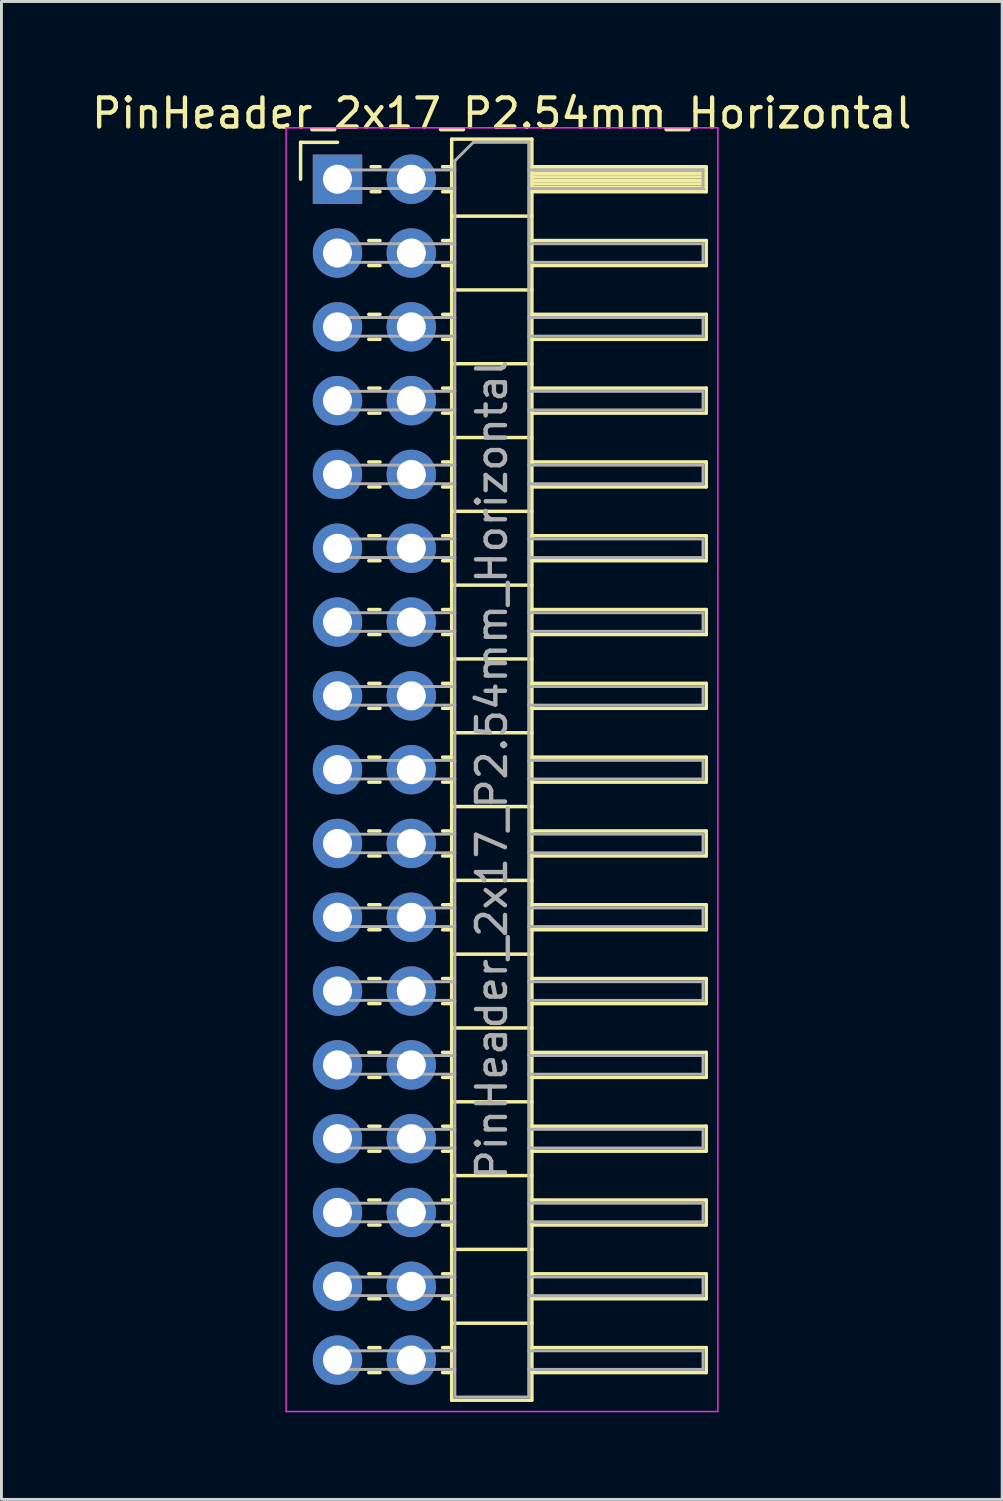
<source format=kicad_pcb>
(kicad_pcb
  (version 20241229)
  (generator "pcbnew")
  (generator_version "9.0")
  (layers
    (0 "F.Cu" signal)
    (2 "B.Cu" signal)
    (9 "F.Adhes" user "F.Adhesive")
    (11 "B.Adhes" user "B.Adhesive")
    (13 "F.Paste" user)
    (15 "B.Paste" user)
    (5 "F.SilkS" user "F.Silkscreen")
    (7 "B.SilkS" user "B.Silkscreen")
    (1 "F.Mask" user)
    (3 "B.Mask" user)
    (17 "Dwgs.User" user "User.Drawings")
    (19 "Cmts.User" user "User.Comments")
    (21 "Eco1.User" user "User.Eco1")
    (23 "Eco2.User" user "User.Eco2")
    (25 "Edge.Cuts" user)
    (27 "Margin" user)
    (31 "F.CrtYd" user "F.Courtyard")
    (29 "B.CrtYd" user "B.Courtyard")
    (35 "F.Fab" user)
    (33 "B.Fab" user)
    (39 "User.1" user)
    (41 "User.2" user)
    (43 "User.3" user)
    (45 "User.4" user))
  (footprint "PinHeader_2x17_P2.54mm_Horizontal"
    (layer "F.Cu")
    (at 8.565 3.118)
    (property "Reference" "PinHeader_2x17_P2.54mm_Horizontal" (at 5.655 -2.27 0) (layer "F.SilkS") (effects (font (size 1 1) (thickness 0.15))))
    (attr through_hole)
    (fp_line (start -1.27 -1.27) (end 0 -1.27) (stroke (width 0.12) (type solid)) (layer "F.SilkS"))
    (fp_line (start -1.27 0) (end -1.27 -1.27) (stroke (width 0.12) (type solid)) (layer "F.SilkS"))
    (fp_line (start 1.077 2.11) (end 1.463 2.11) (stroke (width 0.12) (type solid)) (layer "F.SilkS"))
    (fp_line (start 1.077 2.97) (end 1.463 2.97) (stroke (width 0.12) (type solid)) (layer "F.SilkS"))
    (fp_line (start 1.077 4.65) (end 1.463 4.65) (stroke (width 0.12) (type solid)) (layer "F.SilkS"))
    (fp_line (start 1.077 5.51) (end 1.463 5.51) (stroke (width 0.12) (type solid)) (layer "F.SilkS"))
    (fp_line (start 1.077 7.19) (end 1.463 7.19) (stroke (width 0.12) (type solid)) (layer "F.SilkS"))
    (fp_line (start 1.077 8.05) (end 1.463 8.05) (stroke (width 0.12) (type solid)) (layer "F.SilkS"))
    (fp_line (start 1.077 9.73) (end 1.463 9.73) (stroke (width 0.12) (type solid)) (layer "F.SilkS"))
    (fp_line (start 1.077 10.59) (end 1.463 10.59) (stroke (width 0.12) (type solid)) (layer "F.SilkS"))
    (fp_line (start 1.077 12.27) (end 1.463 12.27) (stroke (width 0.12) (type solid)) (layer "F.SilkS"))
    (fp_line (start 1.077 13.13) (end 1.463 13.13) (stroke (width 0.12) (type solid)) (layer "F.SilkS"))
    (fp_line (start 1.077 14.81) (end 1.463 14.81) (stroke (width 0.12) (type solid)) (layer "F.SilkS"))
    (fp_line (start 1.077 15.67) (end 1.463 15.67) (stroke (width 0.12) (type solid)) (layer "F.SilkS"))
    (fp_line (start 1.077 17.35) (end 1.463 17.35) (stroke (width 0.12) (type solid)) (layer "F.SilkS"))
    (fp_line (start 1.077 18.21) (end 1.463 18.21) (stroke (width 0.12) (type solid)) (layer "F.SilkS"))
    (fp_line (start 1.077 19.89) (end 1.463 19.89) (stroke (width 0.12) (type solid)) (layer "F.SilkS"))
    (fp_line (start 1.077 20.75) (end 1.463 20.75) (stroke (width 0.12) (type solid)) (layer "F.SilkS"))
    (fp_line (start 1.077 22.43) (end 1.463 22.43) (stroke (width 0.12) (type solid)) (layer "F.SilkS"))
    (fp_line (start 1.077 23.29) (end 1.463 23.29) (stroke (width 0.12) (type solid)) (layer "F.SilkS"))
    (fp_line (start 1.077 24.97) (end 1.463 24.97) (stroke (width 0.12) (type solid)) (layer "F.SilkS"))
    (fp_line (start 1.077 25.83) (end 1.463 25.83) (stroke (width 0.12) (type solid)) (layer "F.SilkS"))
    (fp_line (start 1.077 27.51) (end 1.463 27.51) (stroke (width 0.12) (type solid)) (layer "F.SilkS"))
    (fp_line (start 1.077 28.37) (end 1.463 28.37) (stroke (width 0.12) (type solid)) (layer "F.SilkS"))
    (fp_line (start 1.077 30.05) (end 1.463 30.05) (stroke (width 0.12) (type solid)) (layer "F.SilkS"))
    (fp_line (start 1.077 30.91) (end 1.463 30.91) (stroke (width 0.12) (type solid)) (layer "F.SilkS"))
    (fp_line (start 1.077 32.59) (end 1.463 32.59) (stroke (width 0.12) (type solid)) (layer "F.SilkS"))
    (fp_line (start 1.077 33.45) (end 1.463 33.45) (stroke (width 0.12) (type solid)) (layer "F.SilkS"))
    (fp_line (start 1.077 35.13) (end 1.463 35.13) (stroke (width 0.12) (type solid)) (layer "F.SilkS"))
    (fp_line (start 1.077 35.99) (end 1.463 35.99) (stroke (width 0.12) (type solid)) (layer "F.SilkS"))
    (fp_line (start 1.077 37.67) (end 1.463 37.67) (stroke (width 0.12) (type solid)) (layer "F.SilkS"))
    (fp_line (start 1.077 38.53) (end 1.463 38.53) (stroke (width 0.12) (type solid)) (layer "F.SilkS"))
    (fp_line (start 1.077 40.21) (end 1.463 40.21) (stroke (width 0.12) (type solid)) (layer "F.SilkS"))
    (fp_line (start 1.077 41.07) (end 1.463 41.07) (stroke (width 0.12) (type solid)) (layer "F.SilkS"))
    (fp_line (start 1.16 -0.43) (end 1.463 -0.43) (stroke (width 0.12) (type solid)) (layer "F.SilkS"))
    (fp_line (start 1.16 0.43) (end 1.463 0.43) (stroke (width 0.12) (type solid)) (layer "F.SilkS"))
    (fp_line (start 3.617 -0.43) (end 3.93 -0.43) (stroke (width 0.12) (type solid)) (layer "F.SilkS"))
    (fp_line (start 3.617 0.43) (end 3.93 0.43) (stroke (width 0.12) (type solid)) (layer "F.SilkS"))
    (fp_line (start 3.617 2.11) (end 3.93 2.11) (stroke (width 0.12) (type solid)) (layer "F.SilkS"))
    (fp_line (start 3.617 2.97) (end 3.93 2.97) (stroke (width 0.12) (type solid)) (layer "F.SilkS"))
    (fp_line (start 3.617 4.65) (end 3.93 4.65) (stroke (width 0.12) (type solid)) (layer "F.SilkS"))
    (fp_line (start 3.617 5.51) (end 3.93 5.51) (stroke (width 0.12) (type solid)) (layer "F.SilkS"))
    (fp_line (start 3.617 7.19) (end 3.93 7.19) (stroke (width 0.12) (type solid)) (layer "F.SilkS"))
    (fp_line (start 3.617 8.05) (end 3.93 8.05) (stroke (width 0.12) (type solid)) (layer "F.SilkS"))
    (fp_line (start 3.617 9.73) (end 3.93 9.73) (stroke (width 0.12) (type solid)) (layer "F.SilkS"))
    (fp_line (start 3.617 10.59) (end 3.93 10.59) (stroke (width 0.12) (type solid)) (layer "F.SilkS"))
    (fp_line (start 3.617 12.27) (end 3.93 12.27) (stroke (width 0.12) (type solid)) (layer "F.SilkS"))
    (fp_line (start 3.617 13.13) (end 3.93 13.13) (stroke (width 0.12) (type solid)) (layer "F.SilkS"))
    (fp_line (start 3.617 14.81) (end 3.93 14.81) (stroke (width 0.12) (type solid)) (layer "F.SilkS"))
    (fp_line (start 3.617 15.67) (end 3.93 15.67) (stroke (width 0.12) (type solid)) (layer "F.SilkS"))
    (fp_line (start 3.617 17.35) (end 3.93 17.35) (stroke (width 0.12) (type solid)) (layer "F.SilkS"))
    (fp_line (start 3.617 18.21) (end 3.93 18.21) (stroke (width 0.12) (type solid)) (layer "F.SilkS"))
    (fp_line (start 3.617 19.89) (end 3.93 19.89) (stroke (width 0.12) (type solid)) (layer "F.SilkS"))
    (fp_line (start 3.617 20.75) (end 3.93 20.75) (stroke (width 0.12) (type solid)) (layer "F.SilkS"))
    (fp_line (start 3.617 22.43) (end 3.93 22.43) (stroke (width 0.12) (type solid)) (layer "F.SilkS"))
    (fp_line (start 3.617 23.29) (end 3.93 23.29) (stroke (width 0.12) (type solid)) (layer "F.SilkS"))
    (fp_line (start 3.617 24.97) (end 3.93 24.97) (stroke (width 0.12) (type solid)) (layer "F.SilkS"))
    (fp_line (start 3.617 25.83) (end 3.93 25.83) (stroke (width 0.12) (type solid)) (layer "F.SilkS"))
    (fp_line (start 3.617 27.51) (end 3.93 27.51) (stroke (width 0.12) (type solid)) (layer "F.SilkS"))
    (fp_line (start 3.617 28.37) (end 3.93 28.37) (stroke (width 0.12) (type solid)) (layer "F.SilkS"))
    (fp_line (start 3.617 30.05) (end 3.93 30.05) (stroke (width 0.12) (type solid)) (layer "F.SilkS"))
    (fp_line (start 3.617 30.91) (end 3.93 30.91) (stroke (width 0.12) (type solid)) (layer "F.SilkS"))
    (fp_line (start 3.617 32.59) (end 3.93 32.59) (stroke (width 0.12) (type solid)) (layer "F.SilkS"))
    (fp_line (start 3.617 33.45) (end 3.93 33.45) (stroke (width 0.12) (type solid)) (layer "F.SilkS"))
    (fp_line (start 3.617 35.13) (end 3.93 35.13) (stroke (width 0.12) (type solid)) (layer "F.SilkS"))
    (fp_line (start 3.617 35.99) (end 3.93 35.99) (stroke (width 0.12) (type solid)) (layer "F.SilkS"))
    (fp_line (start 3.617 37.67) (end 3.93 37.67) (stroke (width 0.12) (type solid)) (layer "F.SilkS"))
    (fp_line (start 3.617 38.53) (end 3.93 38.53) (stroke (width 0.12) (type solid)) (layer "F.SilkS"))
    (fp_line (start 3.617 40.21) (end 3.93 40.21) (stroke (width 0.12) (type solid)) (layer "F.SilkS"))
    (fp_line (start 3.617 41.07) (end 3.93 41.07) (stroke (width 0.12) (type solid)) (layer "F.SilkS"))
    (fp_line (start 3.93 -1.38) (end 3.93 42.02) (stroke (width 0.12) (type solid)) (layer "F.SilkS"))
    (fp_line (start 3.93 1.27) (end 6.69 1.27) (stroke (width 0.12) (type solid)) (layer "F.SilkS"))
    (fp_line (start 3.93 3.81) (end 6.69 3.81) (stroke (width 0.12) (type solid)) (layer "F.SilkS"))
    (fp_line (start 3.93 6.35) (end 6.69 6.35) (stroke (width 0.12) (type solid)) (layer "F.SilkS"))
    (fp_line (start 3.93 8.89) (end 6.69 8.89) (stroke (width 0.12) (type solid)) (layer "F.SilkS"))
    (fp_line (start 3.93 11.43) (end 6.69 11.43) (stroke (width 0.12) (type solid)) (layer "F.SilkS"))
    (fp_line (start 3.93 13.97) (end 6.69 13.97) (stroke (width 0.12) (type solid)) (layer "F.SilkS"))
    (fp_line (start 3.93 16.51) (end 6.69 16.51) (stroke (width 0.12) (type solid)) (layer "F.SilkS"))
    (fp_line (start 3.93 19.05) (end 6.69 19.05) (stroke (width 0.12) (type solid)) (layer "F.SilkS"))
    (fp_line (start 3.93 21.59) (end 6.69 21.59) (stroke (width 0.12) (type solid)) (layer "F.SilkS"))
    (fp_line (start 3.93 24.13) (end 6.69 24.13) (stroke (width 0.12) (type solid)) (layer "F.SilkS"))
    (fp_line (start 3.93 26.67) (end 6.69 26.67) (stroke (width 0.12) (type solid)) (layer "F.SilkS"))
    (fp_line (start 3.93 29.21) (end 6.69 29.21) (stroke (width 0.12) (type solid)) (layer "F.SilkS"))
    (fp_line (start 3.93 31.75) (end 6.69 31.75) (stroke (width 0.12) (type solid)) (layer "F.SilkS"))
    (fp_line (start 3.93 34.29) (end 6.69 34.29) (stroke (width 0.12) (type solid)) (layer "F.SilkS"))
    (fp_line (start 3.93 36.83) (end 6.69 36.83) (stroke (width 0.12) (type solid)) (layer "F.SilkS"))
    (fp_line (start 3.93 39.37) (end 6.69 39.37) (stroke (width 0.12) (type solid)) (layer "F.SilkS"))
    (fp_line (start 3.93 42.02) (end 6.69 42.02) (stroke (width 0.12) (type solid)) (layer "F.SilkS"))
    (fp_line (start 6.69 -1.38) (end 3.93 -1.38) (stroke (width 0.12) (type solid)) (layer "F.SilkS"))
    (fp_line (start 6.69 -0.43) (end 12.69 -0.43) (stroke (width 0.12) (type solid)) (layer "F.SilkS"))
    (fp_line (start 6.69 -0.32) (end 12.69 -0.32) (stroke (width 0.12) (type solid)) (layer "F.SilkS"))
    (fp_line (start 6.69 -0.2) (end 12.69 -0.2) (stroke (width 0.12) (type solid)) (layer "F.SilkS"))
    (fp_line (start 6.69 -0.08) (end 12.69 -0.08) (stroke (width 0.12) (type solid)) (layer "F.SilkS"))
    (fp_line (start 6.69 0.04) (end 12.69 0.04) (stroke (width 0.12) (type solid)) (layer "F.SilkS"))
    (fp_line (start 6.69 0.16) (end 12.69 0.16) (stroke (width 0.12) (type solid)) (layer "F.SilkS"))
    (fp_line (start 6.69 0.28) (end 12.69 0.28) (stroke (width 0.12) (type solid)) (layer "F.SilkS"))
    (fp_line (start 6.69 2.11) (end 12.69 2.11) (stroke (width 0.12) (type solid)) (layer "F.SilkS"))
    (fp_line (start 6.69 4.65) (end 12.69 4.65) (stroke (width 0.12) (type solid)) (layer "F.SilkS"))
    (fp_line (start 6.69 7.19) (end 12.69 7.19) (stroke (width 0.12) (type solid)) (layer "F.SilkS"))
    (fp_line (start 6.69 9.73) (end 12.69 9.73) (stroke (width 0.12) (type solid)) (layer "F.SilkS"))
    (fp_line (start 6.69 12.27) (end 12.69 12.27) (stroke (width 0.12) (type solid)) (layer "F.SilkS"))
    (fp_line (start 6.69 14.81) (end 12.69 14.81) (stroke (width 0.12) (type solid)) (layer "F.SilkS"))
    (fp_line (start 6.69 17.35) (end 12.69 17.35) (stroke (width 0.12) (type solid)) (layer "F.SilkS"))
    (fp_line (start 6.69 19.89) (end 12.69 19.89) (stroke (width 0.12) (type solid)) (layer "F.SilkS"))
    (fp_line (start 6.69 22.43) (end 12.69 22.43) (stroke (width 0.12) (type solid)) (layer "F.SilkS"))
    (fp_line (start 6.69 24.97) (end 12.69 24.97) (stroke (width 0.12) (type solid)) (layer "F.SilkS"))
    (fp_line (start 6.69 27.51) (end 12.69 27.51) (stroke (width 0.12) (type solid)) (layer "F.SilkS"))
    (fp_line (start 6.69 30.05) (end 12.69 30.05) (stroke (width 0.12) (type solid)) (layer "F.SilkS"))
    (fp_line (start 6.69 32.59) (end 12.69 32.59) (stroke (width 0.12) (type solid)) (layer "F.SilkS"))
    (fp_line (start 6.69 35.13) (end 12.69 35.13) (stroke (width 0.12) (type solid)) (layer "F.SilkS"))
    (fp_line (start 6.69 37.67) (end 12.69 37.67) (stroke (width 0.12) (type solid)) (layer "F.SilkS"))
    (fp_line (start 6.69 40.21) (end 12.69 40.21) (stroke (width 0.12) (type solid)) (layer "F.SilkS"))
    (fp_line (start 6.69 42.02) (end 6.69 -1.38) (stroke (width 0.12) (type solid)) (layer "F.SilkS"))
    (fp_line (start 12.69 -0.43) (end 12.69 0.43) (stroke (width 0.12) (type solid)) (layer "F.SilkS"))
    (fp_line (start 12.69 0.43) (end 6.69 0.43) (stroke (width 0.12) (type solid)) (layer "F.SilkS"))
    (fp_line (start 12.69 2.11) (end 12.69 2.97) (stroke (width 0.12) (type solid)) (layer "F.SilkS"))
    (fp_line (start 12.69 2.97) (end 6.69 2.97) (stroke (width 0.12) (type solid)) (layer "F.SilkS"))
    (fp_line (start 12.69 4.65) (end 12.69 5.51) (stroke (width 0.12) (type solid)) (layer "F.SilkS"))
    (fp_line (start 12.69 5.51) (end 6.69 5.51) (stroke (width 0.12) (type solid)) (layer "F.SilkS"))
    (fp_line (start 12.69 7.19) (end 12.69 8.05) (stroke (width 0.12) (type solid)) (layer "F.SilkS"))
    (fp_line (start 12.69 8.05) (end 6.69 8.05) (stroke (width 0.12) (type solid)) (layer "F.SilkS"))
    (fp_line (start 12.69 9.73) (end 12.69 10.59) (stroke (width 0.12) (type solid)) (layer "F.SilkS"))
    (fp_line (start 12.69 10.59) (end 6.69 10.59) (stroke (width 0.12) (type solid)) (layer "F.SilkS"))
    (fp_line (start 12.69 12.27) (end 12.69 13.13) (stroke (width 0.12) (type solid)) (layer "F.SilkS"))
    (fp_line (start 12.69 13.13) (end 6.69 13.13) (stroke (width 0.12) (type solid)) (layer "F.SilkS"))
    (fp_line (start 12.69 14.81) (end 12.69 15.67) (stroke (width 0.12) (type solid)) (layer "F.SilkS"))
    (fp_line (start 12.69 15.67) (end 6.69 15.67) (stroke (width 0.12) (type solid)) (layer "F.SilkS"))
    (fp_line (start 12.69 17.35) (end 12.69 18.21) (stroke (width 0.12) (type solid)) (layer "F.SilkS"))
    (fp_line (start 12.69 18.21) (end 6.69 18.21) (stroke (width 0.12) (type solid)) (layer "F.SilkS"))
    (fp_line (start 12.69 19.89) (end 12.69 20.75) (stroke (width 0.12) (type solid)) (layer "F.SilkS"))
    (fp_line (start 12.69 20.75) (end 6.69 20.75) (stroke (width 0.12) (type solid)) (layer "F.SilkS"))
    (fp_line (start 12.69 22.43) (end 12.69 23.29) (stroke (width 0.12) (type solid)) (layer "F.SilkS"))
    (fp_line (start 12.69 23.29) (end 6.69 23.29) (stroke (width 0.12) (type solid)) (layer "F.SilkS"))
    (fp_line (start 12.69 24.97) (end 12.69 25.83) (stroke (width 0.12) (type solid)) (layer "F.SilkS"))
    (fp_line (start 12.69 25.83) (end 6.69 25.83) (stroke (width 0.12) (type solid)) (layer "F.SilkS"))
    (fp_line (start 12.69 27.51) (end 12.69 28.37) (stroke (width 0.12) (type solid)) (layer "F.SilkS"))
    (fp_line (start 12.69 28.37) (end 6.69 28.37) (stroke (width 0.12) (type solid)) (layer "F.SilkS"))
    (fp_line (start 12.69 30.05) (end 12.69 30.91) (stroke (width 0.12) (type solid)) (layer "F.SilkS"))
    (fp_line (start 12.69 30.91) (end 6.69 30.91) (stroke (width 0.12) (type solid)) (layer "F.SilkS"))
    (fp_line (start 12.69 32.59) (end 12.69 33.45) (stroke (width 0.12) (type solid)) (layer "F.SilkS"))
    (fp_line (start 12.69 33.45) (end 6.69 33.45) (stroke (width 0.12) (type solid)) (layer "F.SilkS"))
    (fp_line (start 12.69 35.13) (end 12.69 35.99) (stroke (width 0.12) (type solid)) (layer "F.SilkS"))
    (fp_line (start 12.69 35.99) (end 6.69 35.99) (stroke (width 0.12) (type solid)) (layer "F.SilkS"))
    (fp_line (start 12.69 37.67) (end 12.69 38.53) (stroke (width 0.12) (type solid)) (layer "F.SilkS"))
    (fp_line (start 12.69 38.53) (end 6.69 38.53) (stroke (width 0.12) (type solid)) (layer "F.SilkS"))
    (fp_line (start 12.69 40.21) (end 12.69 41.07) (stroke (width 0.12) (type solid)) (layer "F.SilkS"))
    (fp_line (start 12.69 41.07) (end 6.69 41.07) (stroke (width 0.12) (type solid)) (layer "F.SilkS"))
    (fp_line (start -1.77 -1.77) (end -1.77 42.41) (stroke (width 0.05) (type solid)) (layer "F.CrtYd"))
    (fp_line (start -1.77 42.41) (end 13.09 42.41) (stroke (width 0.05) (type solid)) (layer "F.CrtYd"))
    (fp_line (start 13.09 -1.77) (end -1.77 -1.77) (stroke (width 0.05) (type solid)) (layer "F.CrtYd"))
    (fp_line (start 13.09 42.41) (end 13.09 -1.77) (stroke (width 0.05) (type solid)) (layer "F.CrtYd"))
    (fp_line (start -0.32 -0.32) (end -0.32 0.32) (stroke (width 0.1) (type solid)) (layer "F.Fab"))
    (fp_line (start -0.32 -0.32) (end 4.04 -0.32) (stroke (width 0.1) (type solid)) (layer "F.Fab"))
    (fp_line (start -0.32 0.32) (end 4.04 0.32) (stroke (width 0.1) (type solid)) (layer "F.Fab"))
    (fp_line (start -0.32 2.22) (end -0.32 2.86) (stroke (width 0.1) (type solid)) (layer "F.Fab"))
    (fp_line (start -0.32 2.22) (end 4.04 2.22) (stroke (width 0.1) (type solid)) (layer "F.Fab"))
    (fp_line (start -0.32 2.86) (end 4.04 2.86) (stroke (width 0.1) (type solid)) (layer "F.Fab"))
    (fp_line (start -0.32 4.76) (end -0.32 5.4) (stroke (width 0.1) (type solid)) (layer "F.Fab"))
    (fp_line (start -0.32 4.76) (end 4.04 4.76) (stroke (width 0.1) (type solid)) (layer "F.Fab"))
    (fp_line (start -0.32 5.4) (end 4.04 5.4) (stroke (width 0.1) (type solid)) (layer "F.Fab"))
    (fp_line (start -0.32 7.3) (end -0.32 7.94) (stroke (width 0.1) (type solid)) (layer "F.Fab"))
    (fp_line (start -0.32 7.3) (end 4.04 7.3) (stroke (width 0.1) (type solid)) (layer "F.Fab"))
    (fp_line (start -0.32 7.94) (end 4.04 7.94) (stroke (width 0.1) (type solid)) (layer "F.Fab"))
    (fp_line (start -0.32 9.84) (end -0.32 10.48) (stroke (width 0.1) (type solid)) (layer "F.Fab"))
    (fp_line (start -0.32 9.84) (end 4.04 9.84) (stroke (width 0.1) (type solid)) (layer "F.Fab"))
    (fp_line (start -0.32 10.48) (end 4.04 10.48) (stroke (width 0.1) (type solid)) (layer "F.Fab"))
    (fp_line (start -0.32 12.38) (end -0.32 13.02) (stroke (width 0.1) (type solid)) (layer "F.Fab"))
    (fp_line (start -0.32 12.38) (end 4.04 12.38) (stroke (width 0.1) (type solid)) (layer "F.Fab"))
    (fp_line (start -0.32 13.02) (end 4.04 13.02) (stroke (width 0.1) (type solid)) (layer "F.Fab"))
    (fp_line (start -0.32 14.92) (end -0.32 15.56) (stroke (width 0.1) (type solid)) (layer "F.Fab"))
    (fp_line (start -0.32 14.92) (end 4.04 14.92) (stroke (width 0.1) (type solid)) (layer "F.Fab"))
    (fp_line (start -0.32 15.56) (end 4.04 15.56) (stroke (width 0.1) (type solid)) (layer "F.Fab"))
    (fp_line (start -0.32 17.46) (end -0.32 18.1) (stroke (width 0.1) (type solid)) (layer "F.Fab"))
    (fp_line (start -0.32 17.46) (end 4.04 17.46) (stroke (width 0.1) (type solid)) (layer "F.Fab"))
    (fp_line (start -0.32 18.1) (end 4.04 18.1) (stroke (width 0.1) (type solid)) (layer "F.Fab"))
    (fp_line (start -0.32 20) (end -0.32 20.64) (stroke (width 0.1) (type solid)) (layer "F.Fab"))
    (fp_line (start -0.32 20) (end 4.04 20) (stroke (width 0.1) (type solid)) (layer "F.Fab"))
    (fp_line (start -0.32 20.64) (end 4.04 20.64) (stroke (width 0.1) (type solid)) (layer "F.Fab"))
    (fp_line (start -0.32 22.54) (end -0.32 23.18) (stroke (width 0.1) (type solid)) (layer "F.Fab"))
    (fp_line (start -0.32 22.54) (end 4.04 22.54) (stroke (width 0.1) (type solid)) (layer "F.Fab"))
    (fp_line (start -0.32 23.18) (end 4.04 23.18) (stroke (width 0.1) (type solid)) (layer "F.Fab"))
    (fp_line (start -0.32 25.08) (end -0.32 25.72) (stroke (width 0.1) (type solid)) (layer "F.Fab"))
    (fp_line (start -0.32 25.08) (end 4.04 25.08) (stroke (width 0.1) (type solid)) (layer "F.Fab"))
    (fp_line (start -0.32 25.72) (end 4.04 25.72) (stroke (width 0.1) (type solid)) (layer "F.Fab"))
    (fp_line (start -0.32 27.62) (end -0.32 28.26) (stroke (width 0.1) (type solid)) (layer "F.Fab"))
    (fp_line (start -0.32 27.62) (end 4.04 27.62) (stroke (width 0.1) (type solid)) (layer "F.Fab"))
    (fp_line (start -0.32 28.26) (end 4.04 28.26) (stroke (width 0.1) (type solid)) (layer "F.Fab"))
    (fp_line (start -0.32 30.16) (end -0.32 30.8) (stroke (width 0.1) (type solid)) (layer "F.Fab"))
    (fp_line (start -0.32 30.16) (end 4.04 30.16) (stroke (width 0.1) (type solid)) (layer "F.Fab"))
    (fp_line (start -0.32 30.8) (end 4.04 30.8) (stroke (width 0.1) (type solid)) (layer "F.Fab"))
    (fp_line (start -0.32 32.7) (end -0.32 33.34) (stroke (width 0.1) (type solid)) (layer "F.Fab"))
    (fp_line (start -0.32 32.7) (end 4.04 32.7) (stroke (width 0.1) (type solid)) (layer "F.Fab"))
    (fp_line (start -0.32 33.34) (end 4.04 33.34) (stroke (width 0.1) (type solid)) (layer "F.Fab"))
    (fp_line (start -0.32 35.24) (end -0.32 35.88) (stroke (width 0.1) (type solid)) (layer "F.Fab"))
    (fp_line (start -0.32 35.24) (end 4.04 35.24) (stroke (width 0.1) (type solid)) (layer "F.Fab"))
    (fp_line (start -0.32 35.88) (end 4.04 35.88) (stroke (width 0.1) (type solid)) (layer "F.Fab"))
    (fp_line (start -0.32 37.78) (end -0.32 38.42) (stroke (width 0.1) (type solid)) (layer "F.Fab"))
    (fp_line (start -0.32 37.78) (end 4.04 37.78) (stroke (width 0.1) (type solid)) (layer "F.Fab"))
    (fp_line (start -0.32 38.42) (end 4.04 38.42) (stroke (width 0.1) (type solid)) (layer "F.Fab"))
    (fp_line (start -0.32 40.32) (end -0.32 40.96) (stroke (width 0.1) (type solid)) (layer "F.Fab"))
    (fp_line (start -0.32 40.32) (end 4.04 40.32) (stroke (width 0.1) (type solid)) (layer "F.Fab"))
    (fp_line (start -0.32 40.96) (end 4.04 40.96) (stroke (width 0.1) (type solid)) (layer "F.Fab"))
    (fp_line (start 4.04 -0.635) (end 4.675 -1.27) (stroke (width 0.1) (type solid)) (layer "F.Fab"))
    (fp_line (start 4.04 41.91) (end 4.04 -0.635) (stroke (width 0.1) (type solid)) (layer "F.Fab"))
    (fp_line (start 4.675 -1.27) (end 6.58 -1.27) (stroke (width 0.1) (type solid)) (layer "F.Fab"))
    (fp_line (start 6.58 -1.27) (end 6.58 41.91) (stroke (width 0.1) (type solid)) (layer "F.Fab"))
    (fp_line (start 6.58 -0.32) (end 12.58 -0.32) (stroke (width 0.1) (type solid)) (layer "F.Fab"))
    (fp_line (start 6.58 0.32) (end 12.58 0.32) (stroke (width 0.1) (type solid)) (layer "F.Fab"))
    (fp_line (start 6.58 2.22) (end 12.58 2.22) (stroke (width 0.1) (type solid)) (layer "F.Fab"))
    (fp_line (start 6.58 2.86) (end 12.58 2.86) (stroke (width 0.1) (type solid)) (layer "F.Fab"))
    (fp_line (start 6.58 4.76) (end 12.58 4.76) (stroke (width 0.1) (type solid)) (layer "F.Fab"))
    (fp_line (start 6.58 5.4) (end 12.58 5.4) (stroke (width 0.1) (type solid)) (layer "F.Fab"))
    (fp_line (start 6.58 7.3) (end 12.58 7.3) (stroke (width 0.1) (type solid)) (layer "F.Fab"))
    (fp_line (start 6.58 7.94) (end 12.58 7.94) (stroke (width 0.1) (type solid)) (layer "F.Fab"))
    (fp_line (start 6.58 9.84) (end 12.58 9.84) (stroke (width 0.1) (type solid)) (layer "F.Fab"))
    (fp_line (start 6.58 10.48) (end 12.58 10.48) (stroke (width 0.1) (type solid)) (layer "F.Fab"))
    (fp_line (start 6.58 12.38) (end 12.58 12.38) (stroke (width 0.1) (type solid)) (layer "F.Fab"))
    (fp_line (start 6.58 13.02) (end 12.58 13.02) (stroke (width 0.1) (type solid)) (layer "F.Fab"))
    (fp_line (start 6.58 14.92) (end 12.58 14.92) (stroke (width 0.1) (type solid)) (layer "F.Fab"))
    (fp_line (start 6.58 15.56) (end 12.58 15.56) (stroke (width 0.1) (type solid)) (layer "F.Fab"))
    (fp_line (start 6.58 17.46) (end 12.58 17.46) (stroke (width 0.1) (type solid)) (layer "F.Fab"))
    (fp_line (start 6.58 18.1) (end 12.58 18.1) (stroke (width 0.1) (type solid)) (layer "F.Fab"))
    (fp_line (start 6.58 20) (end 12.58 20) (stroke (width 0.1) (type solid)) (layer "F.Fab"))
    (fp_line (start 6.58 20.64) (end 12.58 20.64) (stroke (width 0.1) (type solid)) (layer "F.Fab"))
    (fp_line (start 6.58 22.54) (end 12.58 22.54) (stroke (width 0.1) (type solid)) (layer "F.Fab"))
    (fp_line (start 6.58 23.18) (end 12.58 23.18) (stroke (width 0.1) (type solid)) (layer "F.Fab"))
    (fp_line (start 6.58 25.08) (end 12.58 25.08) (stroke (width 0.1) (type solid)) (layer "F.Fab"))
    (fp_line (start 6.58 25.72) (end 12.58 25.72) (stroke (width 0.1) (type solid)) (layer "F.Fab"))
    (fp_line (start 6.58 27.62) (end 12.58 27.62) (stroke (width 0.1) (type solid)) (layer "F.Fab"))
    (fp_line (start 6.58 28.26) (end 12.58 28.26) (stroke (width 0.1) (type solid)) (layer "F.Fab"))
    (fp_line (start 6.58 30.16) (end 12.58 30.16) (stroke (width 0.1) (type solid)) (layer "F.Fab"))
    (fp_line (start 6.58 30.8) (end 12.58 30.8) (stroke (width 0.1) (type solid)) (layer "F.Fab"))
    (fp_line (start 6.58 32.7) (end 12.58 32.7) (stroke (width 0.1) (type solid)) (layer "F.Fab"))
    (fp_line (start 6.58 33.34) (end 12.58 33.34) (stroke (width 0.1) (type solid)) (layer "F.Fab"))
    (fp_line (start 6.58 35.24) (end 12.58 35.24) (stroke (width 0.1) (type solid)) (layer "F.Fab"))
    (fp_line (start 6.58 35.88) (end 12.58 35.88) (stroke (width 0.1) (type solid)) (layer "F.Fab"))
    (fp_line (start 6.58 37.78) (end 12.58 37.78) (stroke (width 0.1) (type solid)) (layer "F.Fab"))
    (fp_line (start 6.58 38.42) (end 12.58 38.42) (stroke (width 0.1) (type solid)) (layer "F.Fab"))
    (fp_line (start 6.58 40.32) (end 12.58 40.32) (stroke (width 0.1) (type solid)) (layer "F.Fab"))
    (fp_line (start 6.58 40.96) (end 12.58 40.96) (stroke (width 0.1) (type solid)) (layer "F.Fab"))
    (fp_line (start 6.58 41.91) (end 4.04 41.91) (stroke (width 0.1) (type solid)) (layer "F.Fab"))
    (fp_line (start 12.58 -0.32) (end 12.58 0.32) (stroke (width 0.1) (type solid)) (layer "F.Fab"))
    (fp_line (start 12.58 2.22) (end 12.58 2.86) (stroke (width 0.1) (type solid)) (layer "F.Fab"))
    (fp_line (start 12.58 4.76) (end 12.58 5.4) (stroke (width 0.1) (type solid)) (layer "F.Fab"))
    (fp_line (start 12.58 7.3) (end 12.58 7.94) (stroke (width 0.1) (type solid)) (layer "F.Fab"))
    (fp_line (start 12.58 9.84) (end 12.58 10.48) (stroke (width 0.1) (type solid)) (layer "F.Fab"))
    (fp_line (start 12.58 12.38) (end 12.58 13.02) (stroke (width 0.1) (type solid)) (layer "F.Fab"))
    (fp_line (start 12.58 14.92) (end 12.58 15.56) (stroke (width 0.1) (type solid)) (layer "F.Fab"))
    (fp_line (start 12.58 17.46) (end 12.58 18.1) (stroke (width 0.1) (type solid)) (layer "F.Fab"))
    (fp_line (start 12.58 20) (end 12.58 20.64) (stroke (width 0.1) (type solid)) (layer "F.Fab"))
    (fp_line (start 12.58 22.54) (end 12.58 23.18) (stroke (width 0.1) (type solid)) (layer "F.Fab"))
    (fp_line (start 12.58 25.08) (end 12.58 25.72) (stroke (width 0.1) (type solid)) (layer "F.Fab"))
    (fp_line (start 12.58 27.62) (end 12.58 28.26) (stroke (width 0.1) (type solid)) (layer "F.Fab"))
    (fp_line (start 12.58 30.16) (end 12.58 30.8) (stroke (width 0.1) (type solid)) (layer "F.Fab"))
    (fp_line (start 12.58 32.7) (end 12.58 33.34) (stroke (width 0.1) (type solid)) (layer "F.Fab"))
    (fp_line (start 12.58 35.24) (end 12.58 35.88) (stroke (width 0.1) (type solid)) (layer "F.Fab"))
    (fp_line (start 12.58 37.78) (end 12.58 38.42) (stroke (width 0.1) (type solid)) (layer "F.Fab"))
    (fp_line (start 12.58 40.32) (end 12.58 40.96) (stroke (width 0.1) (type solid)) (layer "F.Fab"))
    (fp_text user "${REFERENCE}" (at 5.31 20.32 90) (layer "F.Fab") (effects (font (size 1 1) (thickness 0.15))))
    (pad "1" thru_hole rect (at 0 0) (size 1.7 1.7) (drill 1) (layers "*.Cu" "*.Mask"))
    (pad "2" thru_hole circle (at 2.54 0) (size 1.7 1.7) (drill 1) (layers "*.Cu" "*.Mask"))
    (pad "3" thru_hole circle (at 0 2.54) (size 1.7 1.7) (drill 1) (layers "*.Cu" "*.Mask"))
    (pad "4" thru_hole circle (at 2.54 2.54) (size 1.7 1.7) (drill 1) (layers "*.Cu" "*.Mask"))
    (pad "5" thru_hole circle (at 0 5.08) (size 1.7 1.7) (drill 1) (layers "*.Cu" "*.Mask"))
    (pad "6" thru_hole circle (at 2.54 5.08) (size 1.7 1.7) (drill 1) (layers "*.Cu" "*.Mask"))
    (pad "7" thru_hole circle (at 0 7.62) (size 1.7 1.7) (drill 1) (layers "*.Cu" "*.Mask"))
    (pad "8" thru_hole circle (at 2.54 7.62) (size 1.7 1.7) (drill 1) (layers "*.Cu" "*.Mask"))
    (pad "9" thru_hole circle (at 0 10.16) (size 1.7 1.7) (drill 1) (layers "*.Cu" "*.Mask"))
    (pad "10" thru_hole circle (at 2.54 10.16) (size 1.7 1.7) (drill 1) (layers "*.Cu" "*.Mask"))
    (pad "11" thru_hole circle (at 0 12.7) (size 1.7 1.7) (drill 1) (layers "*.Cu" "*.Mask"))
    (pad "12" thru_hole circle (at 2.54 12.7) (size 1.7 1.7) (drill 1) (layers "*.Cu" "*.Mask"))
    (pad "13" thru_hole circle (at 0 15.24) (size 1.7 1.7) (drill 1) (layers "*.Cu" "*.Mask"))
    (pad "14" thru_hole circle (at 2.54 15.24) (size 1.7 1.7) (drill 1) (layers "*.Cu" "*.Mask"))
    (pad "15" thru_hole circle (at 0 17.78) (size 1.7 1.7) (drill 1) (layers "*.Cu" "*.Mask"))
    (pad "16" thru_hole circle (at 2.54 17.78) (size 1.7 1.7) (drill 1) (layers "*.Cu" "*.Mask"))
    (pad "17" thru_hole circle (at 0 20.32) (size 1.7 1.7) (drill 1) (layers "*.Cu" "*.Mask"))
    (pad "18" thru_hole circle (at 2.54 20.32) (size 1.7 1.7) (drill 1) (layers "*.Cu" "*.Mask"))
    (pad "19" thru_hole circle (at 0 22.86) (size 1.7 1.7) (drill 1) (layers "*.Cu" "*.Mask"))
    (pad "20" thru_hole circle (at 2.54 22.86) (size 1.7 1.7) (drill 1) (layers "*.Cu" "*.Mask"))
    (pad "21" thru_hole circle (at 0 25.4) (size 1.7 1.7) (drill 1) (layers "*.Cu" "*.Mask"))
    (pad "22" thru_hole circle (at 2.54 25.4) (size 1.7 1.7) (drill 1) (layers "*.Cu" "*.Mask"))
    (pad "23" thru_hole circle (at 0 27.94) (size 1.7 1.7) (drill 1) (layers "*.Cu" "*.Mask"))
    (pad "24" thru_hole circle (at 2.54 27.94) (size 1.7 1.7) (drill 1) (layers "*.Cu" "*.Mask"))
    (pad "25" thru_hole circle (at 0 30.48) (size 1.7 1.7) (drill 1) (layers "*.Cu" "*.Mask"))
    (pad "26" thru_hole circle (at 2.54 30.48) (size 1.7 1.7) (drill 1) (layers "*.Cu" "*.Mask"))
    (pad "27" thru_hole circle (at 0 33.02) (size 1.7 1.7) (drill 1) (layers "*.Cu" "*.Mask"))
    (pad "28" thru_hole circle (at 2.54 33.02) (size 1.7 1.7) (drill 1) (layers "*.Cu" "*.Mask"))
    (pad "29" thru_hole circle (at 0 35.56) (size 1.7 1.7) (drill 1) (layers "*.Cu" "*.Mask"))
    (pad "30" thru_hole circle (at 2.54 35.56) (size 1.7 1.7) (drill 1) (layers "*.Cu" "*.Mask"))
    (pad "31" thru_hole circle (at 0 38.1) (size 1.7 1.7) (drill 1) (layers "*.Cu" "*.Mask"))
    (pad "32" thru_hole circle (at 2.54 38.1) (size 1.7 1.7) (drill 1) (layers "*.Cu" "*.Mask"))
    (pad "33" thru_hole circle (at 0 40.64) (size 1.7 1.7) (drill 1) (layers "*.Cu" "*.Mask"))
    (pad "34" thru_hole circle (at 2.54 40.64) (size 1.7 1.7) (drill 1) (layers "*.Cu" "*.Mask")))
  (gr_rect
    (start -3 -3)
    (end 31.44 48.553)
    (stroke (width 0.1) (type default))
    (fill no)
    (layer "Edge.Cuts")))
</source>
